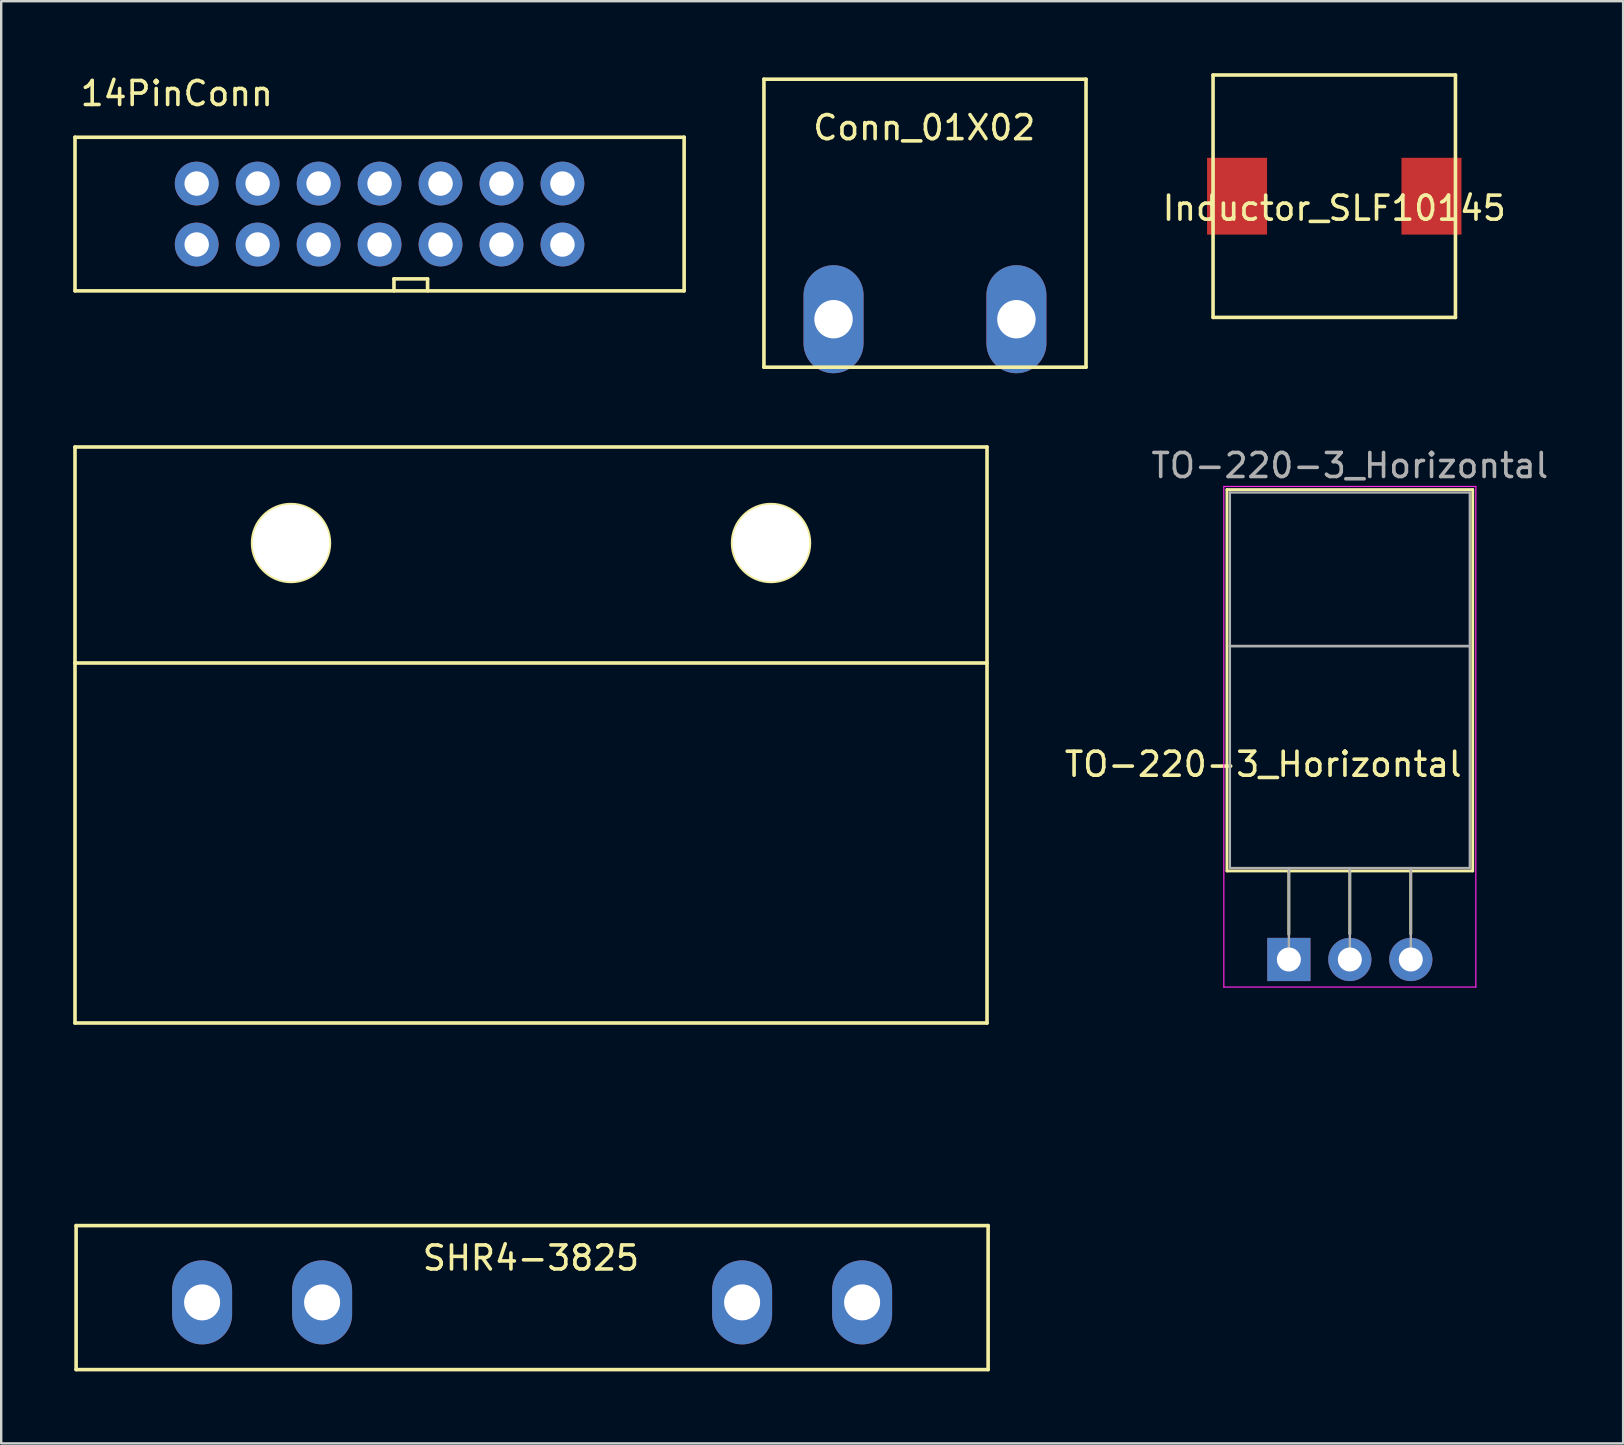
<source format=kicad_pcb>
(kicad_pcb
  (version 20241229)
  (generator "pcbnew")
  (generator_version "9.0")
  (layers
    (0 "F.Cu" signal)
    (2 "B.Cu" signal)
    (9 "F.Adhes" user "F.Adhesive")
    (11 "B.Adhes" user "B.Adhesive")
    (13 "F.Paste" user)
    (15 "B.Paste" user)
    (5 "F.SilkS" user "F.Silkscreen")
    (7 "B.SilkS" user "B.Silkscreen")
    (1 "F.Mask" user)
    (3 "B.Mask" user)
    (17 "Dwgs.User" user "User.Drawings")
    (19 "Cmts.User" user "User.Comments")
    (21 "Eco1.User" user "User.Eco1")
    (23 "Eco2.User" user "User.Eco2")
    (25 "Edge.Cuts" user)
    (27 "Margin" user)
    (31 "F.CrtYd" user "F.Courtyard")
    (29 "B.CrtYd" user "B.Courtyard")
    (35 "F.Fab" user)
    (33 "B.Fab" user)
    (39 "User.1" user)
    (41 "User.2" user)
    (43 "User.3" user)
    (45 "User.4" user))
  (footprint "SHR4-3825"
    (layer "F.Cu")
    (at 19.121 51.215)
    (property "Reference" "SHR4-3825" (at -0.049 -1.848 0) (layer "F.SilkS") (effects (font (size 1 1) (thickness 0.15))))
    (attr through_hole)
    (fp_line (start -19.046 -35.64) (end -19.046 -26.64) (stroke (width 0.15) (type solid)) (layer "F.SilkS"))
    (fp_line (start -19.046 -35.64) (end 18.954 -35.64) (stroke (width 0.15) (type solid)) (layer "F.SilkS"))
    (fp_line (start -19.046 -26.64) (end -19.046 -11.64) (stroke (width 0.15) (type solid)) (layer "F.SilkS"))
    (fp_line (start -19.046 -26.64) (end 18.954 -26.64) (stroke (width 0.15) (type solid)) (layer "F.SilkS"))
    (fp_line (start -19.046 -11.64) (end 18.954 -11.64) (stroke (width 0.15) (type solid)) (layer "F.SilkS"))
    (fp_line (start -19 -3.2) (end -19 2.8) (stroke (width 0.15) (type solid)) (layer "F.SilkS"))
    (fp_line (start -19 2.8) (end 19 2.8) (stroke (width 0.15) (type solid)) (layer "F.SilkS"))
    (fp_line (start 18.954 -35.64) (end 18.954 -11.64) (stroke (width 0.15) (type solid)) (layer "F.SilkS"))
    (fp_line (start 19 -3.2) (end -19 -3.2) (stroke (width 0.15) (type solid)) (layer "F.SilkS"))
    (fp_line (start 19 2.8) (end 19 -3.2) (stroke (width 0.15) (type solid)) (layer "F.SilkS"))
    (fp_circle (center -10.046 -31.64) (end -8.446 -31.64) (stroke (width 0.15) (type solid)) (fill no) (layer "F.SilkS"))
    (fp_circle (center 9.954 -31.64) (end 11.554 -31.64) (stroke (width 0.15) (type solid)) (fill no) (layer "F.SilkS"))
    (pad "1" thru_hole oval (at -13.75 0) (size 2.5 3.5) (drill 1.5) (layers "*.Cu" "*.Mask"))
    (pad "2" thru_hole oval (at -8.75 0) (size 2.5 3.5) (drill 1.5) (layers "*.Cu" "*.Mask"))
    (pad "3" thru_hole oval (at 8.75 0) (size 2.5 3.5) (drill 1.5) (layers "*.Cu" "*.Mask"))
    (pad "4" thru_hole oval (at 13.75 0) (size 2.5 3.5) (drill 1.5) (layers "*.Cu" "*.Mask"))
    (pad "5" thru_hole circle (at -10.042 -31.64) (size 3.2 3.2) (drill 3.2) (layers "*.Cu" "*.Mask"))
    (pad "6" thru_hole circle (at 9.954 -31.64) (size 3.2 3.2) (drill 3.2) (layers "*.Cu" "*.Mask")))
  (footprint "14PinConn"
    (layer "F.Cu")
    (at 12.765 5.868)
    (property "Reference" "14PinConn" (at -8.45 -5.02 0) (layer "F.SilkS") (effects (font (size 1 1) (thickness 0.15))))
    (attr through_hole)
    (fp_line (start -12.69 -3.2) (end -12.69 3.2) (stroke (width 0.15) (type solid)) (layer "F.SilkS"))
    (fp_line (start -12.69 -3.2) (end 12.69 -3.2) (stroke (width 0.15) (type solid)) (layer "F.SilkS"))
    (fp_line (start 0.6 2.7) (end 2 2.7) (stroke (width 0.15) (type solid)) (layer "F.SilkS"))
    (fp_line (start 0.6 3.2) (end 0.6 2.7) (stroke (width 0.15) (type solid)) (layer "F.SilkS"))
    (fp_line (start 2 2.7) (end 2 3.2) (stroke (width 0.15) (type solid)) (layer "F.SilkS"))
    (fp_line (start 12.69 -3.2) (end 12.69 3.2) (stroke (width 0.15) (type solid)) (layer "F.SilkS"))
    (fp_line (start 12.69 3.2) (end -12.69 3.2) (stroke (width 0.15) (type solid)) (layer "F.SilkS"))
    (pad "1" thru_hole circle (at -7.62 1.27) (size 1.824 1.824) (drill 1.02) (layers "*.Cu" "*.Mask"))
    (pad "2" thru_hole circle (at -7.62 -1.27) (size 1.824 1.824) (drill 1.02) (layers "*.Cu" "*.Mask"))
    (pad "3" thru_hole circle (at -5.08 1.27) (size 1.824 1.824) (drill 1.02) (layers "*.Cu" "*.Mask"))
    (pad "4" thru_hole circle (at -5.08 -1.27) (size 1.824 1.824) (drill 1.02) (layers "*.Cu" "*.Mask"))
    (pad "5" thru_hole circle (at -2.54 1.27) (size 1.824 1.824) (drill 1.02) (layers "*.Cu" "*.Mask"))
    (pad "6" thru_hole circle (at -2.54 -1.27) (size 1.824 1.824) (drill 1.02) (layers "*.Cu" "*.Mask"))
    (pad "7" thru_hole circle (at 0 1.27) (size 1.824 1.824) (drill 1.02) (layers "*.Cu" "*.Mask"))
    (pad "8" thru_hole circle (at 0 -1.27) (size 1.824 1.824) (drill 1.02) (layers "*.Cu" "*.Mask"))
    (pad "9" thru_hole circle (at 2.54 1.27) (size 1.824 1.824) (drill 1.02) (layers "*.Cu" "*.Mask"))
    (pad "10" thru_hole circle (at 2.54 -1.27) (size 1.824 1.824) (drill 1.02) (layers "*.Cu" "*.Mask"))
    (pad "11" thru_hole circle (at 5.08 1.27) (size 1.824 1.824) (drill 1.02) (layers "*.Cu" "*.Mask"))
    (pad "12" thru_hole circle (at 5.08 -1.27) (size 1.824 1.824) (drill 1.02) (layers "*.Cu" "*.Mask"))
    (pad "13" thru_hole circle (at 7.62 1.27) (size 1.824 1.824) (drill 1.02) (layers "*.Cu" "*.Mask"))
    (pad "14" thru_hole circle (at 7.62 -1.27) (size 1.824 1.824) (drill 1.02) (layers "*.Cu" "*.Mask")))
  (footprint "Conn_01X02"
    (layer "F.Cu")
    (at 28.78 0.25)
    (property "Reference" "Conn_01X02" (at 6.68 2.02 0) (layer "F.SilkS") (effects (font (size 1 1) (thickness 0.15))))
    (attr through_hole)
    (fp_line (start 0 0) (end 0 12) (stroke (width 0.15) (type solid)) (layer "F.SilkS"))
    (fp_line (start 0 12) (end 13.42 12) (stroke (width 0.15) (type solid)) (layer "F.SilkS"))
    (fp_line (start 13.42 0) (end 0 0) (stroke (width 0.15) (type solid)) (layer "F.SilkS"))
    (fp_line (start 13.42 12) (end 13.42 0) (stroke (width 0.15) (type solid)) (layer "F.SilkS"))
    (pad "1" thru_hole oval (at 2.9 10) (size 2.5 4.5) (drill 1.6) (layers "*.Cu" "*.Mask"))
    (pad "2" thru_hole oval (at 10.52 10) (size 2.5 4.5) (drill 1.6) (layers "*.Cu" "*.Mask")))
  (footprint "Inductor_SLF10145"
    (layer "F.Cu")
    (at 52.543 5.125)
    (property "Reference" "Inductor_SLF10145" (at 0 0.5 0) (layer "F.SilkS") (effects (font (size 1 1) (thickness 0.15))))
    (attr through_hole)
    (fp_line (start -5.05 -5.05) (end -5.05 5.05) (stroke (width 0.15) (type solid)) (layer "F.SilkS"))
    (fp_line (start -5.05 -5.05) (end 5.05 -5.05) (stroke (width 0.15) (type solid)) (layer "F.SilkS"))
    (fp_line (start 5.05 5.05) (end -5.05 5.05) (stroke (width 0.15) (type solid)) (layer "F.SilkS"))
    (fp_line (start 5.05 5.05) (end 5.05 -5.05) (stroke (width 0.15) (type solid)) (layer "F.SilkS"))
    (pad "1" smd rect (at -4.05 0) (size 2.5 3.2) (layers "F.Cu" "F.Mask" "F.Paste"))
    (pad "2" smd rect (at 4.05 0) (size 2.5 3.2) (layers "F.Cu" "F.Mask" "F.Paste")))
  (footprint "TO-220-3_Horizontal"
    (layer "F.Cu")
    (at 50.652 36.928)
    (property "Reference" "TO-220-3_Horizontal" (at -1.069 -8.133 0) (layer "F.SilkS") (effects (font (size 1 1) (thickness 0.15))))
    (attr through_hole)
    (fp_line (start -2.58 -19.58) (end -2.58 -3.69) (stroke (width 0.12) (type solid)) (layer "F.SilkS"))
    (fp_line (start -2.58 -19.58) (end 7.66 -19.58) (stroke (width 0.12) (type solid)) (layer "F.SilkS"))
    (fp_line (start -2.58 -3.69) (end 7.66 -3.69) (stroke (width 0.12) (type solid)) (layer "F.SilkS"))
    (fp_line (start 0 -3.69) (end 0 -1.05) (stroke (width 0.12) (type solid)) (layer "F.SilkS"))
    (fp_line (start 2.54 -3.69) (end 2.54 -1.066) (stroke (width 0.12) (type solid)) (layer "F.SilkS"))
    (fp_line (start 5.08 -3.69) (end 5.08 -1.066) (stroke (width 0.12) (type solid)) (layer "F.SilkS"))
    (fp_line (start 7.66 -19.58) (end 7.66 -3.69) (stroke (width 0.12) (type solid)) (layer "F.SilkS"))
    (fp_line (start -2.71 -19.71) (end -2.71 1.15) (stroke (width 0.05) (type solid)) (layer "F.CrtYd"))
    (fp_line (start -2.71 1.15) (end 7.79 1.15) (stroke (width 0.05) (type solid)) (layer "F.CrtYd"))
    (fp_line (start 7.79 -19.71) (end -2.71 -19.71) (stroke (width 0.05) (type solid)) (layer "F.CrtYd"))
    (fp_line (start 7.79 1.15) (end 7.79 -19.71) (stroke (width 0.05) (type solid)) (layer "F.CrtYd"))
    (fp_line (start -2.46 -19.46) (end 7.54 -19.46) (stroke (width 0.1) (type solid)) (layer "F.Fab"))
    (fp_line (start -2.46 -13.06) (end -2.46 -19.46) (stroke (width 0.1) (type solid)) (layer "F.Fab"))
    (fp_line (start -2.46 -13.06) (end 7.54 -13.06) (stroke (width 0.1) (type solid)) (layer "F.Fab"))
    (fp_line (start -2.46 -3.81) (end -2.46 -13.06) (stroke (width 0.1) (type solid)) (layer "F.Fab"))
    (fp_line (start 0 -3.81) (end 0 0) (stroke (width 0.1) (type solid)) (layer "F.Fab"))
    (fp_line (start 2.54 -3.81) (end 2.54 0) (stroke (width 0.1) (type solid)) (layer "F.Fab"))
    (fp_line (start 5.08 -3.81) (end 5.08 0) (stroke (width 0.1) (type solid)) (layer "F.Fab"))
    (fp_line (start 7.54 -19.46) (end 7.54 -13.06) (stroke (width 0.1) (type solid)) (layer "F.Fab"))
    (fp_line (start 7.54 -13.06) (end -2.46 -13.06) (stroke (width 0.1) (type solid)) (layer "F.Fab"))
    (fp_line (start 7.54 -13.06) (end 7.54 -3.81) (stroke (width 0.1) (type solid)) (layer "F.Fab"))
    (fp_line (start 7.54 -3.81) (end -2.46 -3.81) (stroke (width 0.1) (type solid)) (layer "F.Fab"))
    (fp_text user "${REFERENCE}" (at 2.54 -20.58 0) (layer "F.Fab") (effects (font (size 1 1) (thickness 0.15))))
    (pad "1" thru_hole rect (at 0 0) (size 1.8 1.8) (drill 1) (layers "*.Cu" "*.Mask"))
    (pad "2" thru_hole oval (at 2.54 0) (size 1.8 1.8) (drill 1) (layers "*.Cu" "*.Mask"))
    (pad "3" thru_hole oval (at 5.08 0) (size 1.8 1.8) (drill 1) (layers "*.Cu" "*.Mask")))
  (gr_rect
    (start -3 -3)
    (end 64.579 57.09)
    (stroke (width 0.1) (type default))
    (fill no)
    (layer "Edge.Cuts")))
</source>
